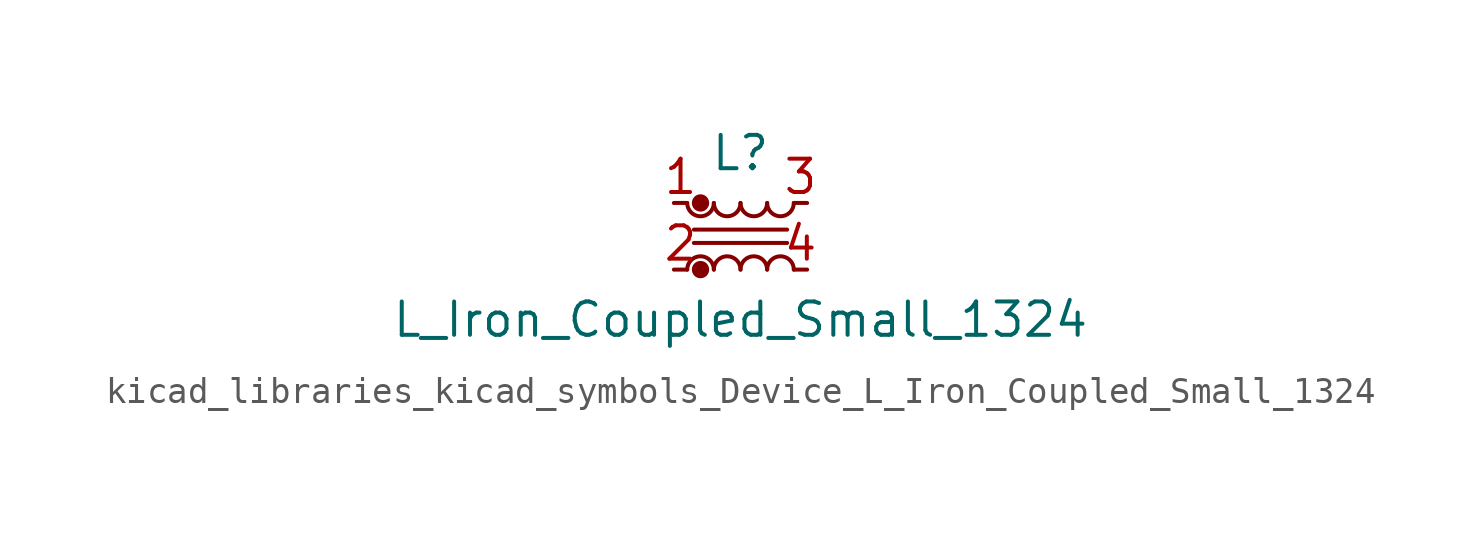
<source format=kicad_sym>
(kicad_symbol_lib
  (version 20220914)
  (generator kicad_symbol_editor)
  (symbol "kicad_libraries_kicad_symbols_Device_L_Iron_Coupled_Small_1324"
    (pin_names
      (offset 0.254) hide)
    (property "Reference" "L"
      (at 0 3.175 0)
      (effects (font (size 1.27 1.27))))
    (property "Value" "L_Iron_Coupled_Small_1324"
      (at 0 -3.175 0)
      (effects (font (size 1.27 1.27))))
    (symbol "kicad_libraries_kicad_symbols_Device_L_Iron_Coupled_Small_1324_0_1"
      (arc (start -2.032 1.27) (mid -1.524 0.7642) (end -1.016 1.27) (stroke (width 0) (type default)) (fill (type none)))
      (circle (center -1.524 -1.27) (radius 0.254) (stroke (width 0) (type default)) (fill (type outline)))
      (circle (center -1.524 1.27) (radius 0.254) (stroke (width 0) (type default)) (fill (type outline)))
      (arc (start -1.016 -1.27) (mid -1.524 -0.7642) (end -2.032 -1.27) (stroke (width 0) (type default)) (fill (type none)))
      (arc (start -1.016 1.27) (mid -0.508 0.7642) (end 0 1.27) (stroke (width 0) (type default)) (fill (type none)))
      (arc (start 0 -1.27) (mid -0.508 -0.7642) (end -1.016 -1.27) (stroke (width 0) (type default)) (fill (type none)))
      (polyline (pts (xy 1.778 -0.254) (xy -1.778 -0.254)) (stroke (width 0) (type default)) (fill (type none)))
      (polyline (pts (xy 1.778 0.254) (xy -1.778 0.254)) (stroke (width 0) (type default)) (fill (type none)))
      (arc (start 0 1.27) (mid 0.508 0.7642) (end 1.016 1.27) (stroke (width 0) (type default)) (fill (type none)))
      (arc (start 1.016 -1.27) (mid 0.508 -0.7642) (end 0 -1.27) (stroke (width 0) (type default)) (fill (type none)))
      (arc (start 1.016 1.27) (mid 1.524 0.7642) (end 2.032 1.27) (stroke (width 0) (type default)) (fill (type none)))
      (arc (start 2.032 -1.27) (mid 1.524 -0.7642) (end 1.016 -1.27) (stroke (width 0) (type default)) (fill (type none))))
    (symbol "kicad_libraries_kicad_symbols_Device_L_Iron_Coupled_Small_1324_1_1"
      (pin passive line (at -2.54 1.27 0) (length 0.508) (name "1" (effects (font (size 1.27 1.27)))) (number "1" (effects (font (size 1.27 1.27)))))
      (pin passive line (at -2.54 -1.27 0) (length 0.508) (name "2" (effects (font (size 1.27 1.27)))) (number "2" (effects (font (size 1.27 1.27)))))
      (pin passive line (at 2.54 1.27 180) (length 0.508) (name "3" (effects (font (size 1.27 1.27)))) (number "3" (effects (font (size 1.27 1.27)))))
      (pin passive line (at 2.54 -1.27 180) (length 0.508) (name "4" (effects (font (size 1.27 1.27)))) (number "4" (effects (font (size 1.27 1.27))))))))
</source>
